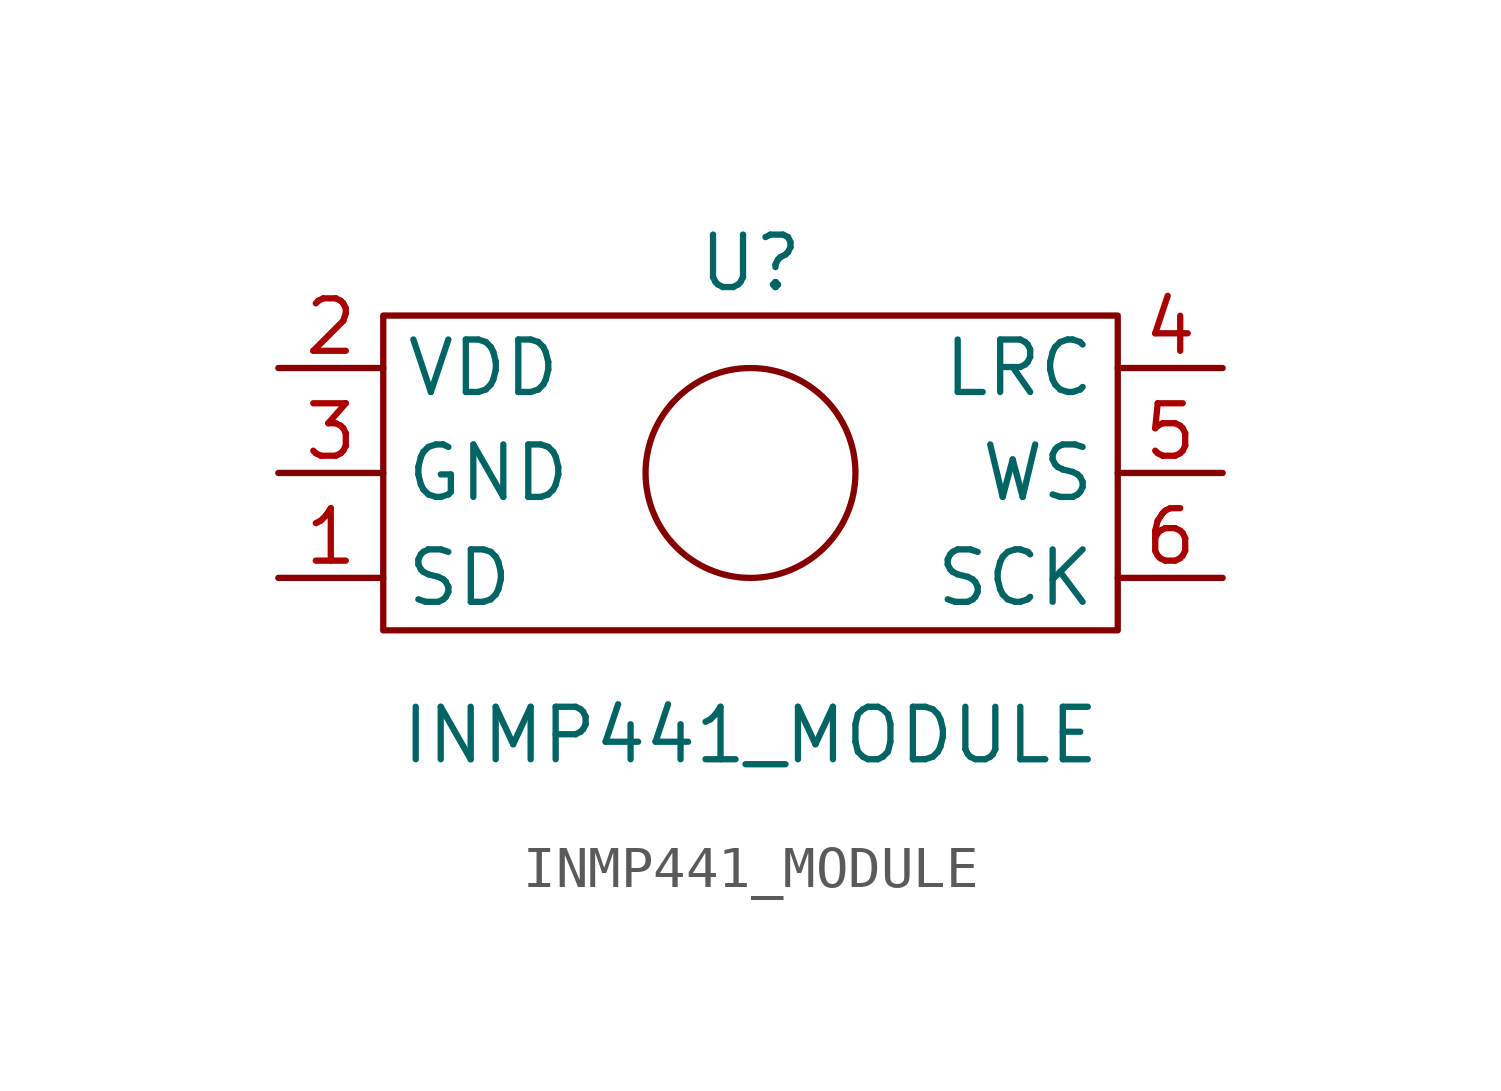
<source format=kicad_sym>
(kicad_symbol_lib
  (version 20211014)
  (generator kicad_symbol_editor)
  (symbol "INMP441_MODULE"
    (property "Reference" "U"
      (at 0 5.08 0)
      (effects (font (size 1.27 1.27))))
    (property "Value" "INMP441_MODULE"
      (at 0 -6.35 0)
      (effects (font (size 1.27 1.27))))
    (symbol "INMP441_MODULE_0_1"
      (rectangle (start -8.89 3.81) (end 8.89 -3.81) (stroke (width 0.152) (type default) (color 0 0 0 0)) (fill (type none)))
      (circle (center 0 0) (radius 2.54) (stroke (width 0.152) (type default) (color 0 0 0 0)) (fill (type none))))
    (symbol "INMP441_MODULE_1_1"
      (pin output line (at -11.43 -2.54 0) (length 2.54) (name "SD" (effects (font (size 1.27 1.27)))) (number "1" (effects (font (size 1.27 1.27)))))
      (pin passive line (at -11.43 2.54 0) (length 2.54) (name "VDD" (effects (font (size 1.27 1.27)))) (number "2" (effects (font (size 1.27 1.27)))))
      (pin passive line (at -11.43 0 0) (length 2.54) (name "GND" (effects (font (size 1.27 1.27)))) (number "3" (effects (font (size 1.27 1.27)))))
      (pin input line (at 11.43 2.54 180) (length 2.54) (name "LRC" (effects (font (size 1.27 1.27)))) (number "4" (effects (font (size 1.27 1.27)))))
      (pin input line (at 11.43 0 180) (length 2.54) (name "WS" (effects (font (size 1.27 1.27)))) (number "5" (effects (font (size 1.27 1.27)))))
      (pin input line (at 11.43 -2.54 180) (length 2.54) (name "SCK" (effects (font (size 1.27 1.27)))) (number "6" (effects (font (size 1.27 1.27))))))))
</source>
